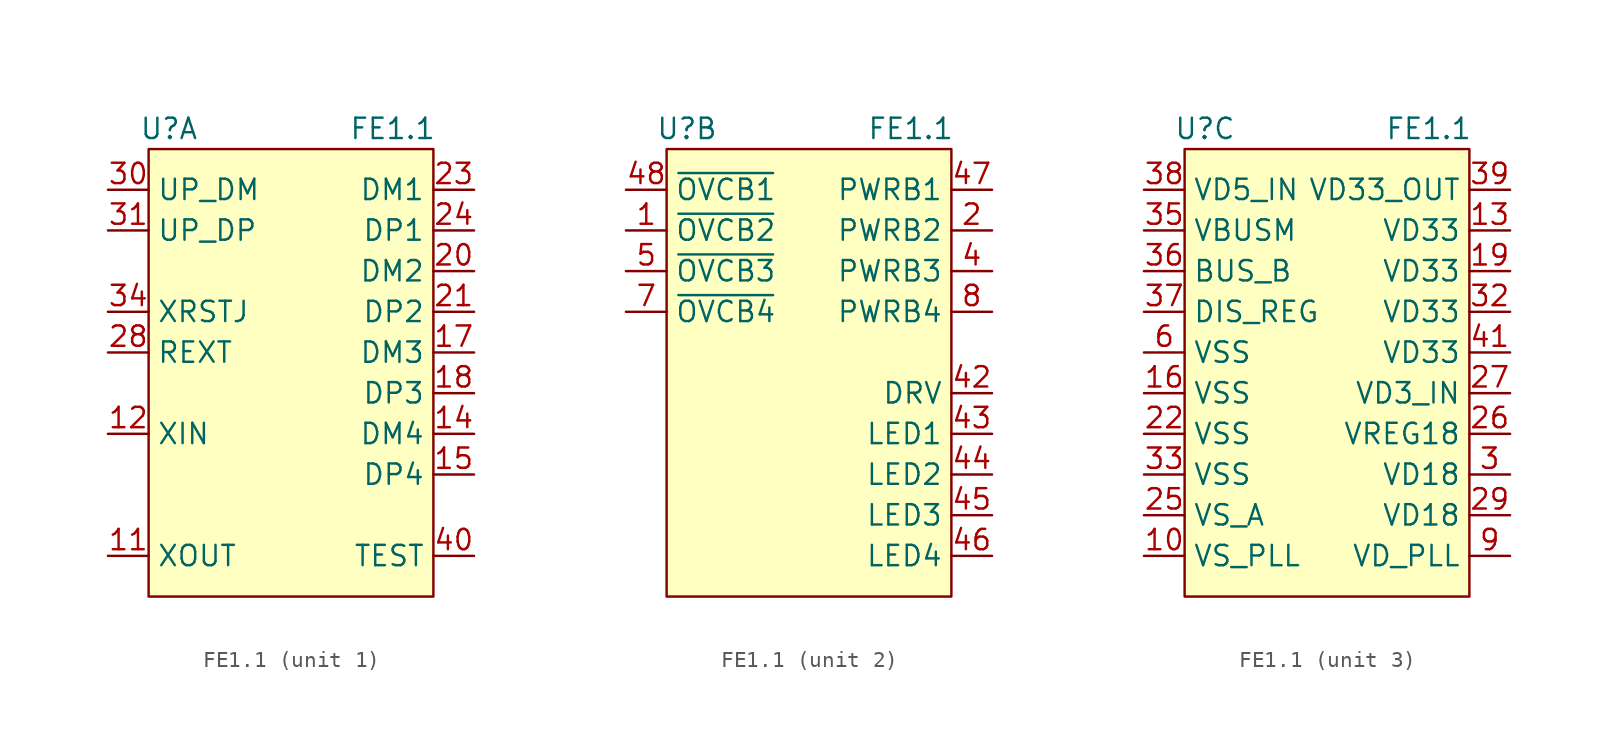
<source format=kicad_sym>
(kicad_symbol_lib
  (version 20211014)
  (generator kicad_symbol_editor)
  (symbol "FE1.1"
    (property "Reference" "U"
      (at -7.62 15.24 0)
      (effects (font (size 1.27 1.27))))
    (property "Value" "FE1.1"
      (at 6.35 15.24 0)
      (effects (font (size 1.27 1.27))))
    (property "ki_locked" ""
      (at 0 0 0)
      (effects (font (size 1.27 1.27))))
    (symbol "FE1.1_1_1"
      (rectangle (start -8.89 13.97) (end 8.89 -13.97) (stroke (width 0) (type default) (color 0 0 0 0)) (fill (type background)))
      (pin passive line (at -11.43 -11.43 0) (length 2.54) (name "XOUT" (effects (font (size 1.27 1.27)))) (number "11" (effects (font (size 1.27 1.27)))))
      (pin passive line (at -11.43 -3.81 0) (length 2.54) (name "XIN" (effects (font (size 1.27 1.27)))) (number "12" (effects (font (size 1.27 1.27)))))
      (pin bidirectional line (at 11.43 -3.81 180) (length 2.54) (name "DM4" (effects (font (size 1.27 1.27)))) (number "14" (effects (font (size 1.27 1.27)))))
      (pin bidirectional line (at 11.43 -6.35 180) (length 2.54) (name "DP4" (effects (font (size 1.27 1.27)))) (number "15" (effects (font (size 1.27 1.27)))))
      (pin bidirectional line (at 11.43 1.27 180) (length 2.54) (name "DM3" (effects (font (size 1.27 1.27)))) (number "17" (effects (font (size 1.27 1.27)))))
      (pin bidirectional line (at 11.43 -1.27 180) (length 2.54) (name "DP3" (effects (font (size 1.27 1.27)))) (number "18" (effects (font (size 1.27 1.27)))))
      (pin bidirectional line (at 11.43 6.35 180) (length 2.54) (name "DM2" (effects (font (size 1.27 1.27)))) (number "20" (effects (font (size 1.27 1.27)))))
      (pin bidirectional line (at 11.43 3.81 180) (length 2.54) (name "DP2" (effects (font (size 1.27 1.27)))) (number "21" (effects (font (size 1.27 1.27)))))
      (pin bidirectional line (at 11.43 11.43 180) (length 2.54) (name "DM1" (effects (font (size 1.27 1.27)))) (number "23" (effects (font (size 1.27 1.27)))))
      (pin bidirectional line (at 11.43 8.89 180) (length 2.54) (name "DP1" (effects (font (size 1.27 1.27)))) (number "24" (effects (font (size 1.27 1.27)))))
      (pin passive line (at -11.43 1.27 0) (length 2.54) (name "REXT" (effects (font (size 1.27 1.27)))) (number "28" (effects (font (size 1.27 1.27)))))
      (pin bidirectional line (at -11.43 11.43 0) (length 2.54) (name "UP_DM" (effects (font (size 1.27 1.27)))) (number "30" (effects (font (size 1.27 1.27)))))
      (pin bidirectional line (at -11.43 8.89 0) (length 2.54) (name "UP_DP" (effects (font (size 1.27 1.27)))) (number "31" (effects (font (size 1.27 1.27)))))
      (pin input line (at -11.43 3.81 0) (length 2.54) (name "XRSTJ" (effects (font (size 1.27 1.27)))) (number "34" (effects (font (size 1.27 1.27)))))
      (pin input line (at 11.43 -11.43 180) (length 2.54) (name "TEST" (effects (font (size 1.27 1.27)))) (number "40" (effects (font (size 1.27 1.27))))))
    (symbol "FE1.1_2_1"
      (rectangle (start -8.89 13.97) (end 8.89 -13.97) (stroke (width 0) (type default) (color 0 0 0 0)) (fill (type background)))
      (pin input line (at -11.43 8.89 0) (length 2.54) (name "~{OVCB2}" (effects (font (size 1.27 1.27)))) (number "1" (effects (font (size 1.27 1.27)))))
      (pin output line (at 11.43 8.89 180) (length 2.54) (name "PWRB2" (effects (font (size 1.27 1.27)))) (number "2" (effects (font (size 1.27 1.27)))))
      (pin output line (at 11.43 6.35 180) (length 2.54) (name "PWRB3" (effects (font (size 1.27 1.27)))) (number "4" (effects (font (size 1.27 1.27)))))
      (pin bidirectional line (at 11.43 -1.27 180) (length 2.54) (name "DRV" (effects (font (size 1.27 1.27)))) (number "42" (effects (font (size 1.27 1.27)))))
      (pin bidirectional line (at 11.43 -3.81 180) (length 2.54) (name "LED1" (effects (font (size 1.27 1.27)))) (number "43" (effects (font (size 1.27 1.27)))))
      (pin bidirectional line (at 11.43 -6.35 180) (length 2.54) (name "LED2" (effects (font (size 1.27 1.27)))) (number "44" (effects (font (size 1.27 1.27)))))
      (pin bidirectional line (at 11.43 -8.89 180) (length 2.54) (name "LED3" (effects (font (size 1.27 1.27)))) (number "45" (effects (font (size 1.27 1.27)))))
      (pin bidirectional line (at 11.43 -11.43 180) (length 2.54) (name "LED4" (effects (font (size 1.27 1.27)))) (number "46" (effects (font (size 1.27 1.27)))))
      (pin output line (at 11.43 11.43 180) (length 2.54) (name "PWRB1" (effects (font (size 1.27 1.27)))) (number "47" (effects (font (size 1.27 1.27)))))
      (pin input line (at -11.43 11.43 0) (length 2.54) (name "~{OVCB1}" (effects (font (size 1.27 1.27)))) (number "48" (effects (font (size 1.27 1.27)))))
      (pin input line (at -11.43 6.35 0) (length 2.54) (name "~{OVCB3}" (effects (font (size 1.27 1.27)))) (number "5" (effects (font (size 1.27 1.27)))))
      (pin input line (at -11.43 3.81 0) (length 2.54) (name "~{OVCB4}" (effects (font (size 1.27 1.27)))) (number "7" (effects (font (size 1.27 1.27)))))
      (pin bidirectional line (at 11.43 3.81 180) (length 2.54) (name "PWRB4" (effects (font (size 1.27 1.27)))) (number "8" (effects (font (size 1.27 1.27))))))
    (symbol "FE1.1_3_1"
      (rectangle (start -8.89 13.97) (end 8.89 -13.97) (stroke (width 0) (type default) (color 0 0 0 0)) (fill (type background)))
      (pin power_in line (at -11.43 -11.43 0) (length 2.54) (name "VS_PLL" (effects (font (size 1.27 1.27)))) (number "10" (effects (font (size 1.27 1.27)))))
      (pin power_in line (at 11.43 8.89 180) (length 2.54) (name "VD33" (effects (font (size 1.27 1.27)))) (number "13" (effects (font (size 1.27 1.27)))))
      (pin power_in line (at -11.43 -1.27 0) (length 2.54) (name "VSS" (effects (font (size 1.27 1.27)))) (number "16" (effects (font (size 1.27 1.27)))))
      (pin power_in line (at 11.43 6.35 180) (length 2.54) (name "VD33" (effects (font (size 1.27 1.27)))) (number "19" (effects (font (size 1.27 1.27)))))
      (pin power_in line (at -11.43 -3.81 0) (length 2.54) (name "VSS" (effects (font (size 1.27 1.27)))) (number "22" (effects (font (size 1.27 1.27)))))
      (pin power_in line (at -11.43 -8.89 0) (length 2.54) (name "VS_A" (effects (font (size 1.27 1.27)))) (number "25" (effects (font (size 1.27 1.27)))))
      (pin power_out line (at 11.43 -3.81 180) (length 2.54) (name "VREG18" (effects (font (size 1.27 1.27)))) (number "26" (effects (font (size 1.27 1.27)))))
      (pin power_in line (at 11.43 -1.27 180) (length 2.54) (name "VD3_IN" (effects (font (size 1.27 1.27)))) (number "27" (effects (font (size 1.27 1.27)))))
      (pin power_in line (at 11.43 -8.89 180) (length 2.54) (name "VD18" (effects (font (size 1.27 1.27)))) (number "29" (effects (font (size 1.27 1.27)))))
      (pin power_in line (at 11.43 -6.35 180) (length 2.54) (name "VD18" (effects (font (size 1.27 1.27)))) (number "3" (effects (font (size 1.27 1.27)))))
      (pin power_in line (at 11.43 3.81 180) (length 2.54) (name "VD33" (effects (font (size 1.27 1.27)))) (number "32" (effects (font (size 1.27 1.27)))))
      (pin power_in line (at -11.43 -6.35 0) (length 2.54) (name "VSS" (effects (font (size 1.27 1.27)))) (number "33" (effects (font (size 1.27 1.27)))))
      (pin input line (at -11.43 8.89 0) (length 2.54) (name "VBUSM" (effects (font (size 1.27 1.27)))) (number "35" (effects (font (size 1.27 1.27)))))
      (pin input line (at -11.43 6.35 0) (length 2.54) (name "BUS_B" (effects (font (size 1.27 1.27)))) (number "36" (effects (font (size 1.27 1.27)))))
      (pin input line (at -11.43 3.81 0) (length 2.54) (name "DIS_REG" (effects (font (size 1.27 1.27)))) (number "37" (effects (font (size 1.27 1.27)))))
      (pin power_in line (at -11.43 11.43 0) (length 2.54) (name "VD5_IN" (effects (font (size 1.27 1.27)))) (number "38" (effects (font (size 1.27 1.27)))))
      (pin power_out line (at 11.43 11.43 180) (length 2.54) (name "VD33_OUT" (effects (font (size 1.27 1.27)))) (number "39" (effects (font (size 1.27 1.27)))))
      (pin power_in line (at 11.43 1.27 180) (length 2.54) (name "VD33" (effects (font (size 1.27 1.27)))) (number "41" (effects (font (size 1.27 1.27)))))
      (pin power_in line (at -11.43 1.27 0) (length 2.54) (name "VSS" (effects (font (size 1.27 1.27)))) (number "6" (effects (font (size 1.27 1.27)))))
      (pin power_in line (at 11.43 -11.43 180) (length 2.54) (name "VD_PLL" (effects (font (size 1.27 1.27)))) (number "9" (effects (font (size 1.27 1.27))))))))
</source>
